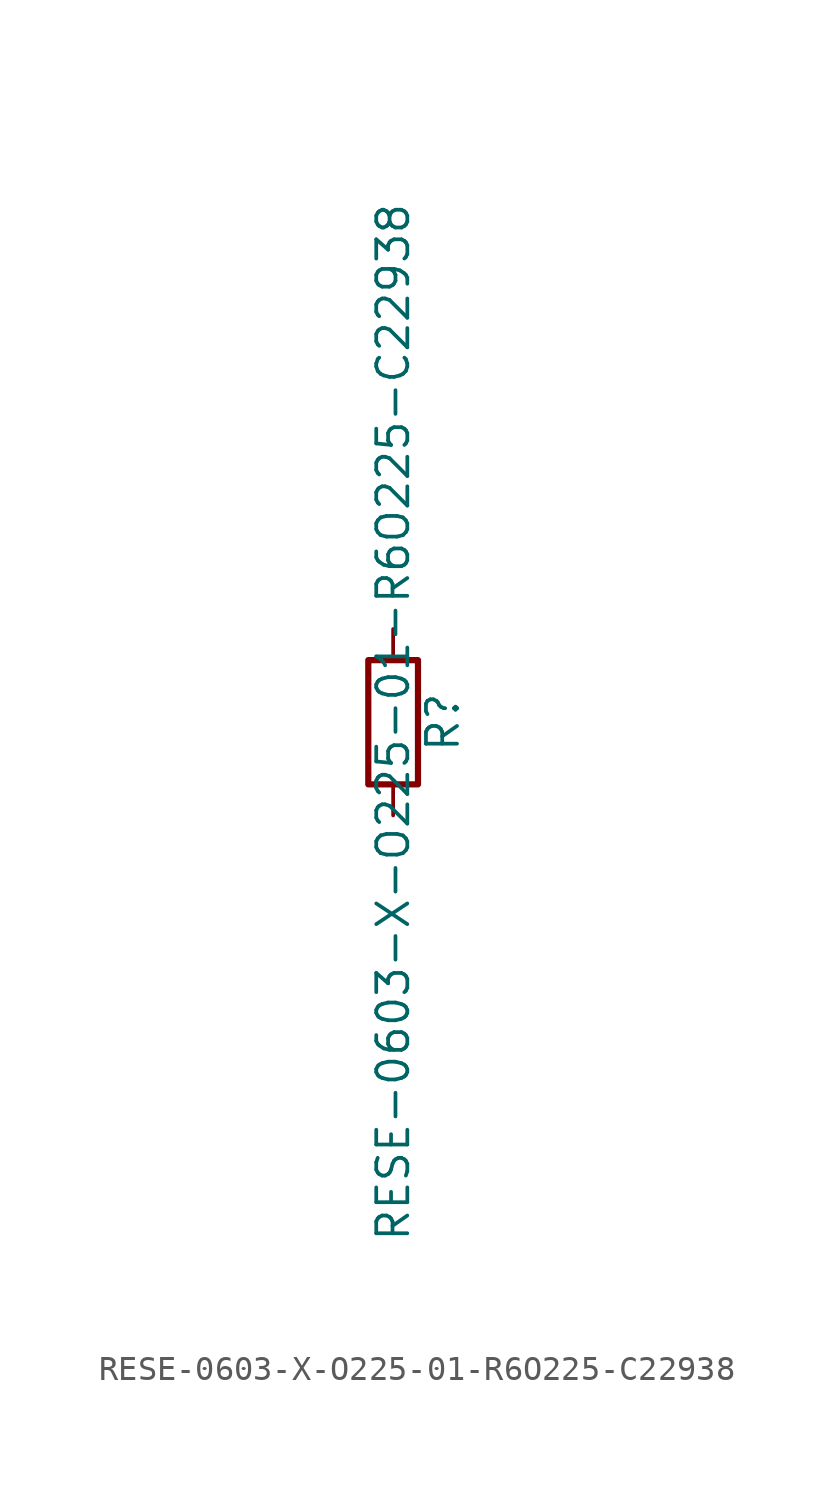
<source format=kicad_sym>
(kicad_symbol_lib
  (version 20211014)
  (generator kicad_symbol_editor)
  (symbol "RESE-0603-X-O225-01-R6O225-C22938"
    (pin_numbers hide)
    (pin_names
      (offset 0))
    (property "Reference" "R"
      (at 2.032 0 90)
      (effects (font (size 1.27 1.27))))
    (property "Value" "RESE-0603-X-O225-01-R6O225-C22938"
      (at 0 0 90)
      (effects (font (size 1.27 1.27))))
    (symbol "RESE-0603-X-O225-01-R6O225-C22938_0_1"
      (rectangle (start -1.016 -2.54) (end 1.016 2.54) (stroke (width 0.254) (type default) (color 0 0 0 0)) (fill (type none))))
    (symbol "RESE-0603-X-O225-01-R6O225-C22938_1_1"
      (pin passive line (at 0 3.81 270) (length 1.27) (name "~" (effects (font (size 1.27 1.27)))) (number "1" (effects (font (size 1.27 1.27)))))
      (pin passive line (at 0 -3.81 90) (length 1.27) (name "~" (effects (font (size 1.27 1.27)))) (number "2" (effects (font (size 1.27 1.27))))))))
</source>
